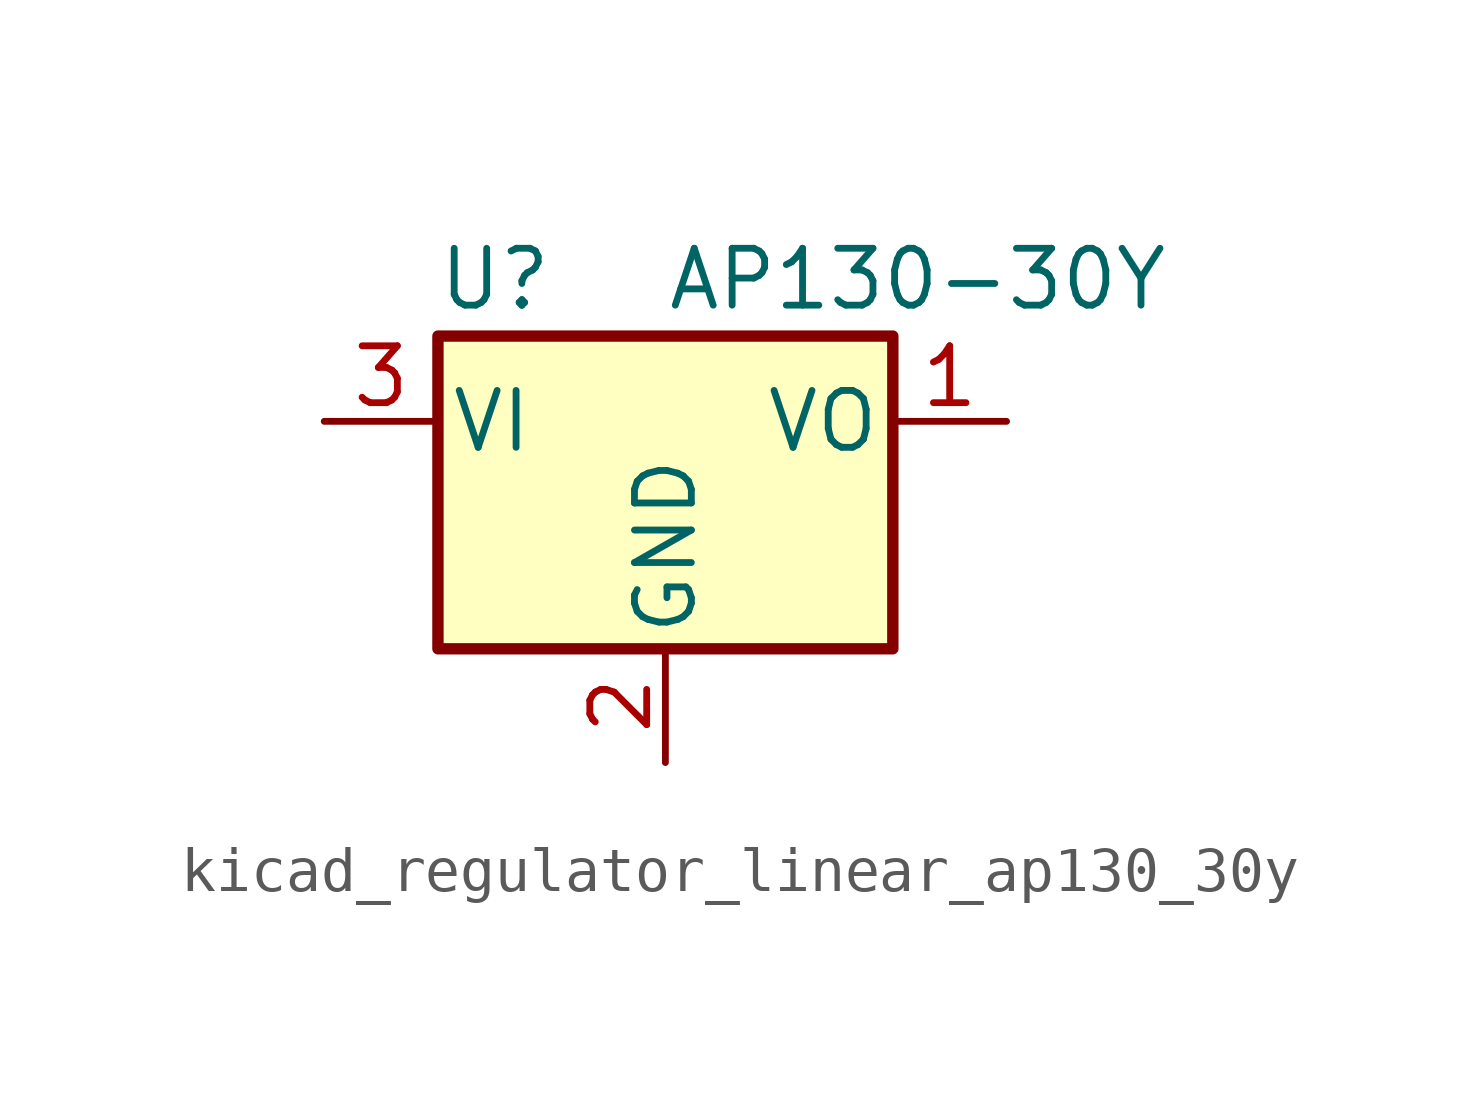
<source format=kicad_sym>
(kicad_symbol_lib
  (version 20220914)
  (generator kicad_symbol_editor)
  (symbol "kicad_regulator_linear_ap130_30y"
    (pin_names
      (offset 0.254))
    (property "Reference" "U"
      (at -3.81 3.175 0)
      (effects (font (size 1.27 1.27))))
    (property "Value" "AP130-30Y"
      (at 0 3.175 0)
      (effects (font (size 1.27 1.27)) (justify left)))
    (symbol "kicad_regulator_linear_ap130_30y_0_1"
      (rectangle (start -5.08 1.905) (end 5.08 -5.08) (stroke (width 0.254) (type default)) (fill (type background))))
    (symbol "kicad_regulator_linear_ap130_30y_1_1"
      (pin power_out line (at 7.62 0 180) (length 2.54) (name "VO" (effects (font (size 1.27 1.27)))) (number "1" (effects (font (size 1.27 1.27)))))
      (pin power_in line (at 0 -7.62 90) (length 2.54) (name "GND" (effects (font (size 1.27 1.27)))) (number "2" (effects (font (size 1.27 1.27)))))
      (pin power_in line (at -7.62 0 0) (length 2.54) (name "VI" (effects (font (size 1.27 1.27)))) (number "3" (effects (font (size 1.27 1.27))))))))
</source>
